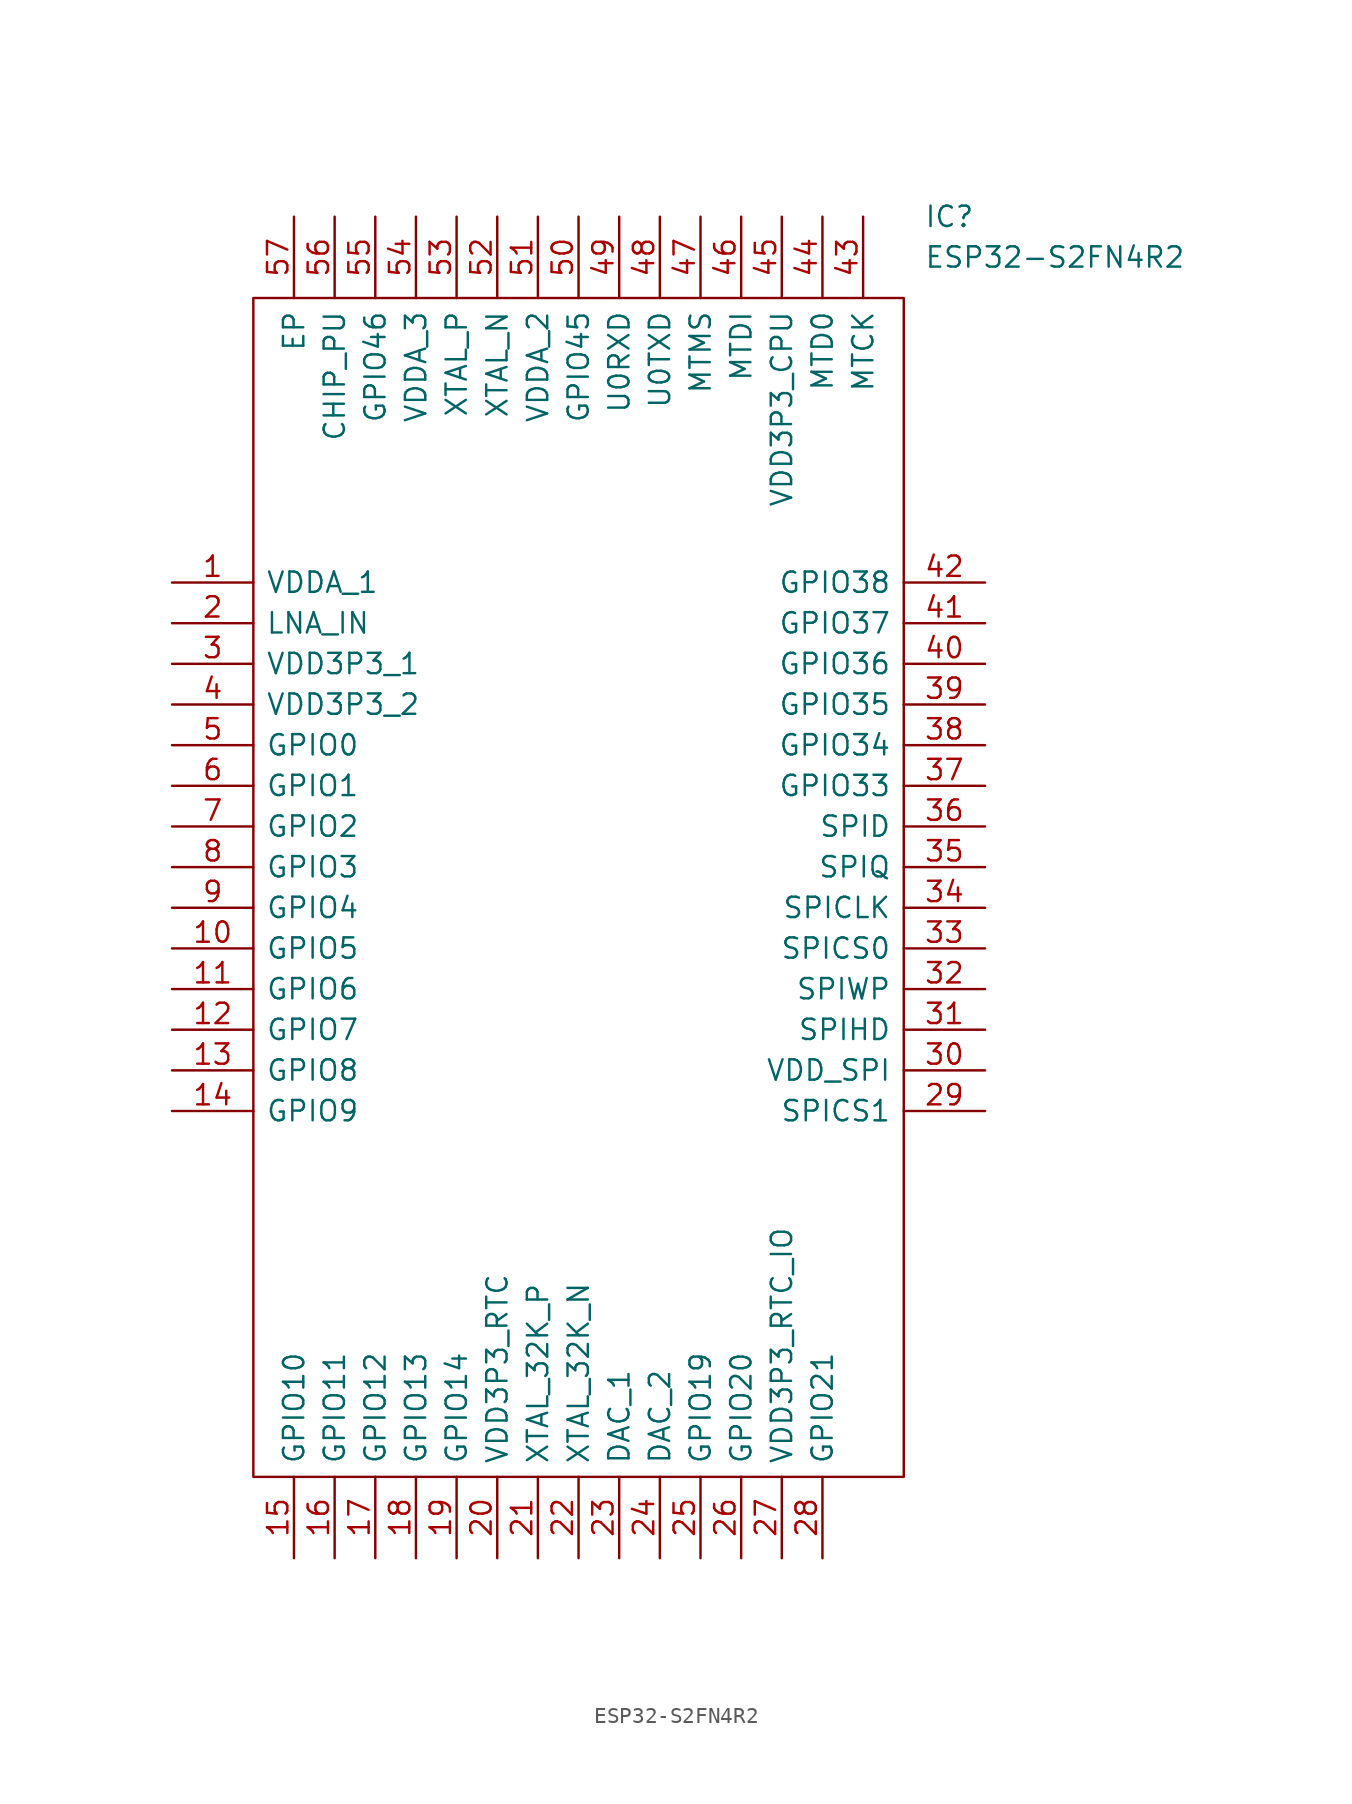
<source format=kicad_sym>
(kicad_symbol_lib
  (version 20211014)
  (generator kicad_symbol_editor)
  (symbol "ESP32-S2FN4R2"
    (pin_names
      (offset 0.762))
    (property "Reference" "IC"
      (at 46.99 22.86 0)
      (effects (font (size 1.27 1.27)) (justify left)))
    (property "Value" "ESP32-S2FN4R2"
      (at 46.99 20.32 0)
      (effects (font (size 1.27 1.27)) (justify left)))
    (symbol "ESP32-S2FN4R2_0_0"
      (pin passive line (at 0 0 0) (length 5.08) (name "VDDA_1" (effects (font (size 1.27 1.27)))) (number "1" (effects (font (size 1.27 1.27)))))
      (pin passive line (at 0 -22.86 0) (length 5.08) (name "GPIO5" (effects (font (size 1.27 1.27)))) (number "10" (effects (font (size 1.27 1.27)))))
      (pin passive line (at 0 -25.4 0) (length 5.08) (name "GPIO6" (effects (font (size 1.27 1.27)))) (number "11" (effects (font (size 1.27 1.27)))))
      (pin passive line (at 0 -27.94 0) (length 5.08) (name "GPIO7" (effects (font (size 1.27 1.27)))) (number "12" (effects (font (size 1.27 1.27)))))
      (pin passive line (at 0 -30.48 0) (length 5.08) (name "GPIO8" (effects (font (size 1.27 1.27)))) (number "13" (effects (font (size 1.27 1.27)))))
      (pin passive line (at 0 -33.02 0) (length 5.08) (name "GPIO9" (effects (font (size 1.27 1.27)))) (number "14" (effects (font (size 1.27 1.27)))))
      (pin passive line (at 7.62 -60.96 90) (length 5.08) (name "GPIO10" (effects (font (size 1.27 1.27)))) (number "15" (effects (font (size 1.27 1.27)))))
      (pin passive line (at 10.16 -60.96 90) (length 5.08) (name "GPIO11" (effects (font (size 1.27 1.27)))) (number "16" (effects (font (size 1.27 1.27)))))
      (pin passive line (at 12.7 -60.96 90) (length 5.08) (name "GPIO12" (effects (font (size 1.27 1.27)))) (number "17" (effects (font (size 1.27 1.27)))))
      (pin passive line (at 15.24 -60.96 90) (length 5.08) (name "GPIO13" (effects (font (size 1.27 1.27)))) (number "18" (effects (font (size 1.27 1.27)))))
      (pin passive line (at 17.78 -60.96 90) (length 5.08) (name "GPIO14" (effects (font (size 1.27 1.27)))) (number "19" (effects (font (size 1.27 1.27)))))
      (pin passive line (at 0 -2.54 0) (length 5.08) (name "LNA_IN" (effects (font (size 1.27 1.27)))) (number "2" (effects (font (size 1.27 1.27)))))
      (pin passive line (at 20.32 -60.96 90) (length 5.08) (name "VDD3P3_RTC" (effects (font (size 1.27 1.27)))) (number "20" (effects (font (size 1.27 1.27)))))
      (pin passive line (at 22.86 -60.96 90) (length 5.08) (name "XTAL_32K_P" (effects (font (size 1.27 1.27)))) (number "21" (effects (font (size 1.27 1.27)))))
      (pin passive line (at 25.4 -60.96 90) (length 5.08) (name "XTAL_32K_N" (effects (font (size 1.27 1.27)))) (number "22" (effects (font (size 1.27 1.27)))))
      (pin passive line (at 27.94 -60.96 90) (length 5.08) (name "DAC_1" (effects (font (size 1.27 1.27)))) (number "23" (effects (font (size 1.27 1.27)))))
      (pin passive line (at 30.48 -60.96 90) (length 5.08) (name "DAC_2" (effects (font (size 1.27 1.27)))) (number "24" (effects (font (size 1.27 1.27)))))
      (pin passive line (at 33.02 -60.96 90) (length 5.08) (name "GPIO19" (effects (font (size 1.27 1.27)))) (number "25" (effects (font (size 1.27 1.27)))))
      (pin passive line (at 35.56 -60.96 90) (length 5.08) (name "GPIO20" (effects (font (size 1.27 1.27)))) (number "26" (effects (font (size 1.27 1.27)))))
      (pin passive line (at 38.1 -60.96 90) (length 5.08) (name "VDD3P3_RTC_IO" (effects (font (size 1.27 1.27)))) (number "27" (effects (font (size 1.27 1.27)))))
      (pin passive line (at 40.64 -60.96 90) (length 5.08) (name "GPIO21" (effects (font (size 1.27 1.27)))) (number "28" (effects (font (size 1.27 1.27)))))
      (pin passive line (at 50.8 -33.02 180) (length 5.08) (name "SPICS1" (effects (font (size 1.27 1.27)))) (number "29" (effects (font (size 1.27 1.27)))))
      (pin passive line (at 0 -5.08 0) (length 5.08) (name "VDD3P3_1" (effects (font (size 1.27 1.27)))) (number "3" (effects (font (size 1.27 1.27)))))
      (pin passive line (at 50.8 -30.48 180) (length 5.08) (name "VDD_SPI" (effects (font (size 1.27 1.27)))) (number "30" (effects (font (size 1.27 1.27)))))
      (pin passive line (at 50.8 -27.94 180) (length 5.08) (name "SPIHD" (effects (font (size 1.27 1.27)))) (number "31" (effects (font (size 1.27 1.27)))))
      (pin passive line (at 50.8 -25.4 180) (length 5.08) (name "SPIWP" (effects (font (size 1.27 1.27)))) (number "32" (effects (font (size 1.27 1.27)))))
      (pin passive line (at 50.8 -22.86 180) (length 5.08) (name "SPICS0" (effects (font (size 1.27 1.27)))) (number "33" (effects (font (size 1.27 1.27)))))
      (pin passive line (at 50.8 -20.32 180) (length 5.08) (name "SPICLK" (effects (font (size 1.27 1.27)))) (number "34" (effects (font (size 1.27 1.27)))))
      (pin passive line (at 50.8 -17.78 180) (length 5.08) (name "SPIQ" (effects (font (size 1.27 1.27)))) (number "35" (effects (font (size 1.27 1.27)))))
      (pin passive line (at 50.8 -15.24 180) (length 5.08) (name "SPID" (effects (font (size 1.27 1.27)))) (number "36" (effects (font (size 1.27 1.27)))))
      (pin passive line (at 50.8 -12.7 180) (length 5.08) (name "GPIO33" (effects (font (size 1.27 1.27)))) (number "37" (effects (font (size 1.27 1.27)))))
      (pin passive line (at 50.8 -10.16 180) (length 5.08) (name "GPIO34" (effects (font (size 1.27 1.27)))) (number "38" (effects (font (size 1.27 1.27)))))
      (pin passive line (at 50.8 -7.62 180) (length 5.08) (name "GPIO35" (effects (font (size 1.27 1.27)))) (number "39" (effects (font (size 1.27 1.27)))))
      (pin passive line (at 0 -7.62 0) (length 5.08) (name "VDD3P3_2" (effects (font (size 1.27 1.27)))) (number "4" (effects (font (size 1.27 1.27)))))
      (pin passive line (at 50.8 -5.08 180) (length 5.08) (name "GPIO36" (effects (font (size 1.27 1.27)))) (number "40" (effects (font (size 1.27 1.27)))))
      (pin passive line (at 50.8 -2.54 180) (length 5.08) (name "GPIO37" (effects (font (size 1.27 1.27)))) (number "41" (effects (font (size 1.27 1.27)))))
      (pin passive line (at 50.8 0 180) (length 5.08) (name "GPIO38" (effects (font (size 1.27 1.27)))) (number "42" (effects (font (size 1.27 1.27)))))
      (pin passive line (at 43.18 22.86 270) (length 5.08) (name "MTCK" (effects (font (size 1.27 1.27)))) (number "43" (effects (font (size 1.27 1.27)))))
      (pin passive line (at 40.64 22.86 270) (length 5.08) (name "MTD0" (effects (font (size 1.27 1.27)))) (number "44" (effects (font (size 1.27 1.27)))))
      (pin passive line (at 38.1 22.86 270) (length 5.08) (name "VDD3P3_CPU" (effects (font (size 1.27 1.27)))) (number "45" (effects (font (size 1.27 1.27)))))
      (pin passive line (at 35.56 22.86 270) (length 5.08) (name "MTDI" (effects (font (size 1.27 1.27)))) (number "46" (effects (font (size 1.27 1.27)))))
      (pin passive line (at 33.02 22.86 270) (length 5.08) (name "MTMS" (effects (font (size 1.27 1.27)))) (number "47" (effects (font (size 1.27 1.27)))))
      (pin passive line (at 30.48 22.86 270) (length 5.08) (name "U0TXD" (effects (font (size 1.27 1.27)))) (number "48" (effects (font (size 1.27 1.27)))))
      (pin passive line (at 27.94 22.86 270) (length 5.08) (name "U0RXD" (effects (font (size 1.27 1.27)))) (number "49" (effects (font (size 1.27 1.27)))))
      (pin passive line (at 0 -10.16 0) (length 5.08) (name "GPIO0" (effects (font (size 1.27 1.27)))) (number "5" (effects (font (size 1.27 1.27)))))
      (pin passive line (at 25.4 22.86 270) (length 5.08) (name "GPIO45" (effects (font (size 1.27 1.27)))) (number "50" (effects (font (size 1.27 1.27)))))
      (pin passive line (at 22.86 22.86 270) (length 5.08) (name "VDDA_2" (effects (font (size 1.27 1.27)))) (number "51" (effects (font (size 1.27 1.27)))))
      (pin passive line (at 20.32 22.86 270) (length 5.08) (name "XTAL_N" (effects (font (size 1.27 1.27)))) (number "52" (effects (font (size 1.27 1.27)))))
      (pin passive line (at 17.78 22.86 270) (length 5.08) (name "XTAL_P" (effects (font (size 1.27 1.27)))) (number "53" (effects (font (size 1.27 1.27)))))
      (pin passive line (at 15.24 22.86 270) (length 5.08) (name "VDDA_3" (effects (font (size 1.27 1.27)))) (number "54" (effects (font (size 1.27 1.27)))))
      (pin passive line (at 12.7 22.86 270) (length 5.08) (name "GPIO46" (effects (font (size 1.27 1.27)))) (number "55" (effects (font (size 1.27 1.27)))))
      (pin passive line (at 10.16 22.86 270) (length 5.08) (name "CHIP_PU" (effects (font (size 1.27 1.27)))) (number "56" (effects (font (size 1.27 1.27)))))
      (pin passive line (at 7.62 22.86 270) (length 5.08) (name "EP" (effects (font (size 1.27 1.27)))) (number "57" (effects (font (size 1.27 1.27)))))
      (pin passive line (at 0 -12.7 0) (length 5.08) (name "GPIO1" (effects (font (size 1.27 1.27)))) (number "6" (effects (font (size 1.27 1.27)))))
      (pin passive line (at 0 -15.24 0) (length 5.08) (name "GPIO2" (effects (font (size 1.27 1.27)))) (number "7" (effects (font (size 1.27 1.27)))))
      (pin passive line (at 0 -17.78 0) (length 5.08) (name "GPIO3" (effects (font (size 1.27 1.27)))) (number "8" (effects (font (size 1.27 1.27)))))
      (pin passive line (at 0 -20.32 0) (length 5.08) (name "GPIO4" (effects (font (size 1.27 1.27)))) (number "9" (effects (font (size 1.27 1.27))))))
    (symbol "ESP32-S2FN4R2_0_1"
      (polyline (pts (xy 5.08 17.78) (xy 45.72 17.78) (xy 45.72 -55.88) (xy 5.08 -55.88) (xy 5.08 17.78)) (stroke (width 0.152) (type default) (color 0 0 0 0)) (fill (type none))))))
</source>
